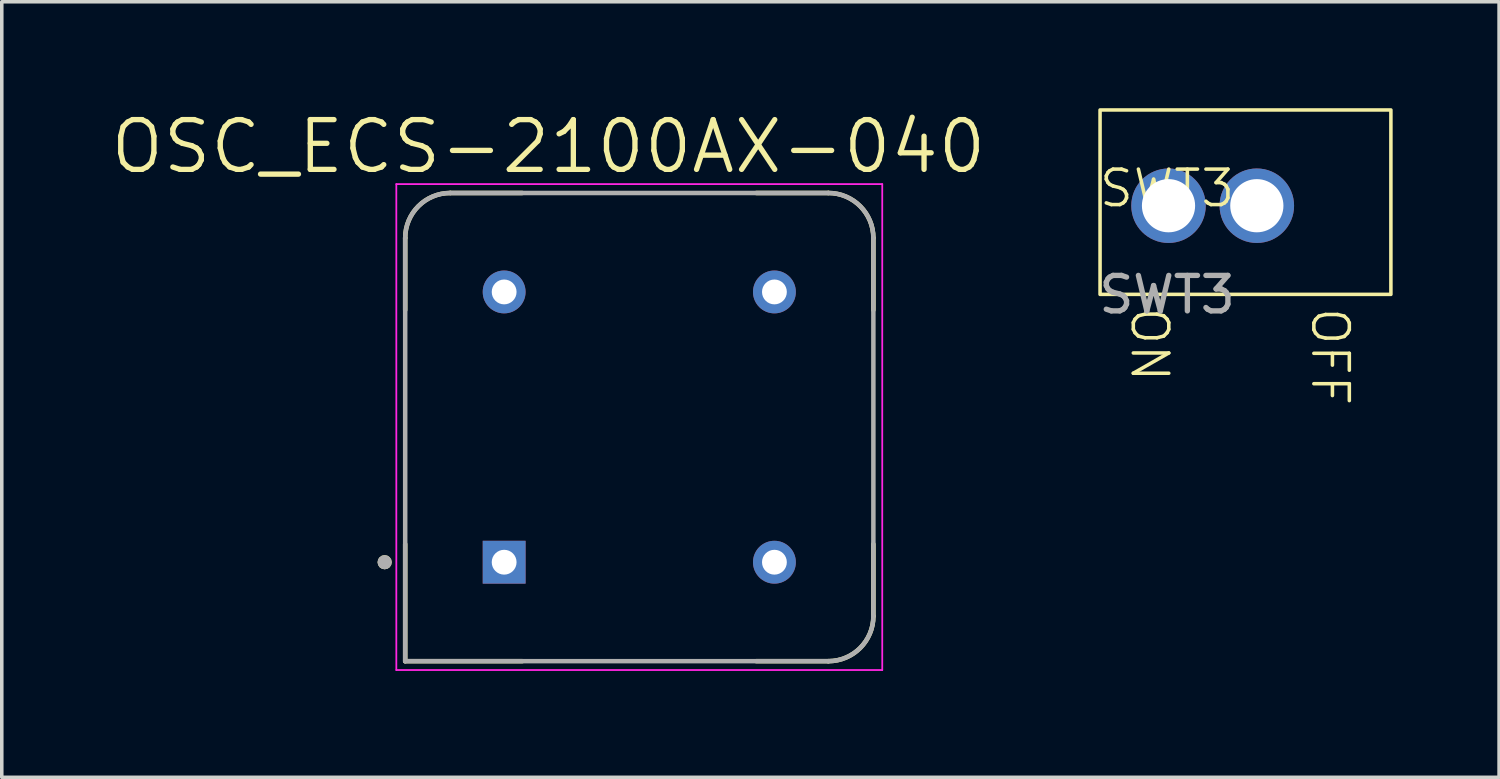
<source format=kicad_pcb>
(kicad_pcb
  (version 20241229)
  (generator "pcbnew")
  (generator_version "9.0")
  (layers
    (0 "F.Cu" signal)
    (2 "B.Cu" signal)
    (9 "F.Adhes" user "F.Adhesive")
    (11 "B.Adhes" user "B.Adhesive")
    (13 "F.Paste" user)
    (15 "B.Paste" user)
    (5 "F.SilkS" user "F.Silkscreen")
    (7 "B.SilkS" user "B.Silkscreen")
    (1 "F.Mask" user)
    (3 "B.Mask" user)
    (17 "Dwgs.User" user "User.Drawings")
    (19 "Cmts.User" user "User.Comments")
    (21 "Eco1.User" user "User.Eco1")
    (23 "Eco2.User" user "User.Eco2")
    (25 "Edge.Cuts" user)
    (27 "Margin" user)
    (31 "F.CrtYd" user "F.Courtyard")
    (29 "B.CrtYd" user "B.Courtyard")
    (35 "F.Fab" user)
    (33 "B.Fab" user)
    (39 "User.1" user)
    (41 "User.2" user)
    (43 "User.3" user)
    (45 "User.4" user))
  (footprint "SWT3"
    (layer "F.Cu")
    (at 29.855 2.76)
    (property "Reference" "SWT3" (at 0 -0.5 0) (unlocked yes) (layer "F.SilkS") (effects (font (size 1 1) (thickness 0.1))))
    (attr through_hole)
    (fp_rect (start -1.89 -2.71) (end 6.31 2.49) (stroke (width 0.1) (type default)) (fill no) (layer "F.SilkS"))
    (fp_text user "ON" (at -1.08 2.79 270) (unlocked yes) (layer "F.SilkS") (effects (font (size 1 1) (thickness 0.1)) (justify left bottom)))
    (fp_text user "OFF" (at 4.01 2.8 270) (unlocked yes) (layer "F.SilkS") (effects (font (size 1 1) (thickness 0.1)) (justify left bottom)))
    (fp_text user "${REFERENCE}" (at 0 2.5 0) (unlocked yes) (layer "F.Fab") (effects (font (size 1 1) (thickness 0.15))))
    (pad "1" thru_hole circle (at 0.04 -0.01) (size 2.1 2.1) (drill 1.5) (layers "*.Cu" "*.Mask" "Eco1.User"))
    (pad "2" thru_hole circle (at 2.53 -0.01) (size 2.1 2.1) (drill 1.5) (layers "*.Cu" "*.Mask" "Eco1.User")))
  (footprint "OSC_ECS-2100AX-040"
    (layer "F.Cu")
    (at 14.974 8.991)
    (property "Reference" "OSC_ECS-2100AX-040" (at -2.561 -7.907 0) (layer "F.SilkS") (effects (font (size 1.403 1.403) (thickness 0.15))))
    (attr through_hole)
    (fp_line (start -6.6 -5.33) (end -6.6 -3.3) (stroke (width 0.127) (type solid)) (layer "F.SilkS"))
    (fp_line (start -6.6 6.6) (end -6.6 3.3) (stroke (width 0.127) (type solid)) (layer "F.SilkS"))
    (fp_line (start -3.3 -6.6) (end -5.33 -6.6) (stroke (width 0.127) (type solid)) (layer "F.SilkS"))
    (fp_line (start -3.3 6.6) (end -6.6 6.6) (stroke (width 0.127) (type solid)) (layer "F.SilkS"))
    (fp_line (start 3.3 -6.6) (end 5.33 -6.6) (stroke (width 0.127) (type solid)) (layer "F.SilkS"))
    (fp_line (start 3.3 6.6) (end 5.33 6.6) (stroke (width 0.127) (type solid)) (layer "F.SilkS"))
    (fp_line (start 6.6 -5.33) (end 6.6 -3.3) (stroke (width 0.127) (type solid)) (layer "F.SilkS"))
    (fp_line (start 6.6 5.33) (end 6.6 3.3) (stroke (width 0.127) (type solid)) (layer "F.SilkS"))
    (fp_arc (start -6.6 -5.33) (mid -6.228026 -6.228026) (end -5.33 -6.6) (stroke (width 0.127) (type solid)) (layer "F.SilkS"))
    (fp_arc (start 5.33 -6.6) (mid 6.228026 -6.228026) (end 6.6 -5.33) (stroke (width 0.127) (type solid)) (layer "F.SilkS"))
    (fp_arc (start 6.6 5.33) (mid 6.228026 6.228026) (end 5.33 6.6) (stroke (width 0.127) (type solid)) (layer "F.SilkS"))
    (fp_circle (center -7.179 3.81) (end -7.079 3.81) (stroke (width 0.2) (type solid)) (fill no) (layer "F.SilkS"))
    (fp_line (start -6.85 -6.85) (end 6.85 -6.85) (stroke (width 0.05) (type solid)) (layer "F.CrtYd"))
    (fp_line (start -6.85 6.85) (end -6.85 -6.85) (stroke (width 0.05) (type solid)) (layer "F.CrtYd"))
    (fp_line (start 6.85 -6.85) (end 6.85 6.85) (stroke (width 0.05) (type solid)) (layer "F.CrtYd"))
    (fp_line (start 6.85 6.85) (end -6.85 6.85) (stroke (width 0.05) (type solid)) (layer "F.CrtYd"))
    (fp_line (start -6.6 6.6) (end -6.6 -5.33) (stroke (width 0.127) (type solid)) (layer "F.Fab"))
    (fp_line (start -5.33 -6.6) (end 5.33 -6.6) (stroke (width 0.127) (type solid)) (layer "F.Fab"))
    (fp_line (start 5.33 6.6) (end -6.6 6.6) (stroke (width 0.127) (type solid)) (layer "F.Fab"))
    (fp_line (start 6.6 -5.33) (end 6.6 5.33) (stroke (width 0.127) (type solid)) (layer "F.Fab"))
    (fp_arc (start -6.6 -5.33) (mid -6.228026 -6.228026) (end -5.33 -6.6) (stroke (width 0.127) (type solid)) (layer "F.Fab"))
    (fp_arc (start 5.33 -6.6) (mid 6.228026 -6.228026) (end 6.6 -5.33) (stroke (width 0.127) (type solid)) (layer "F.Fab"))
    (fp_arc (start 6.6 5.33) (mid 6.228026 6.228026) (end 5.33 6.6) (stroke (width 0.127) (type solid)) (layer "F.Fab"))
    (fp_circle (center -7.179 3.81) (end -7.079 3.81) (stroke (width 0.2) (type solid)) (fill no) (layer "F.Fab"))
    (pad "1" thru_hole rect (at -3.81 3.81) (size 1.208 1.208) (drill 0.7) (layers "*.Cu" "*.Mask"))
    (pad "4" thru_hole circle (at 3.81 3.81) (size 1.208 1.208) (drill 0.7) (layers "*.Cu" "*.Mask"))
    (pad "5" thru_hole circle (at 3.81 -3.81) (size 1.208 1.208) (drill 0.7) (layers "*.Cu" "*.Mask"))
    (pad "8" thru_hole circle (at -3.81 -3.81) (size 1.208 1.208) (drill 0.7) (layers "*.Cu" "*.Mask")))
  (gr_rect
    (start -3 -3)
    (end 39.215 18.866)
    (stroke (width 0.1) (type default))
    (fill no)
    (layer "Edge.Cuts")))
</source>
